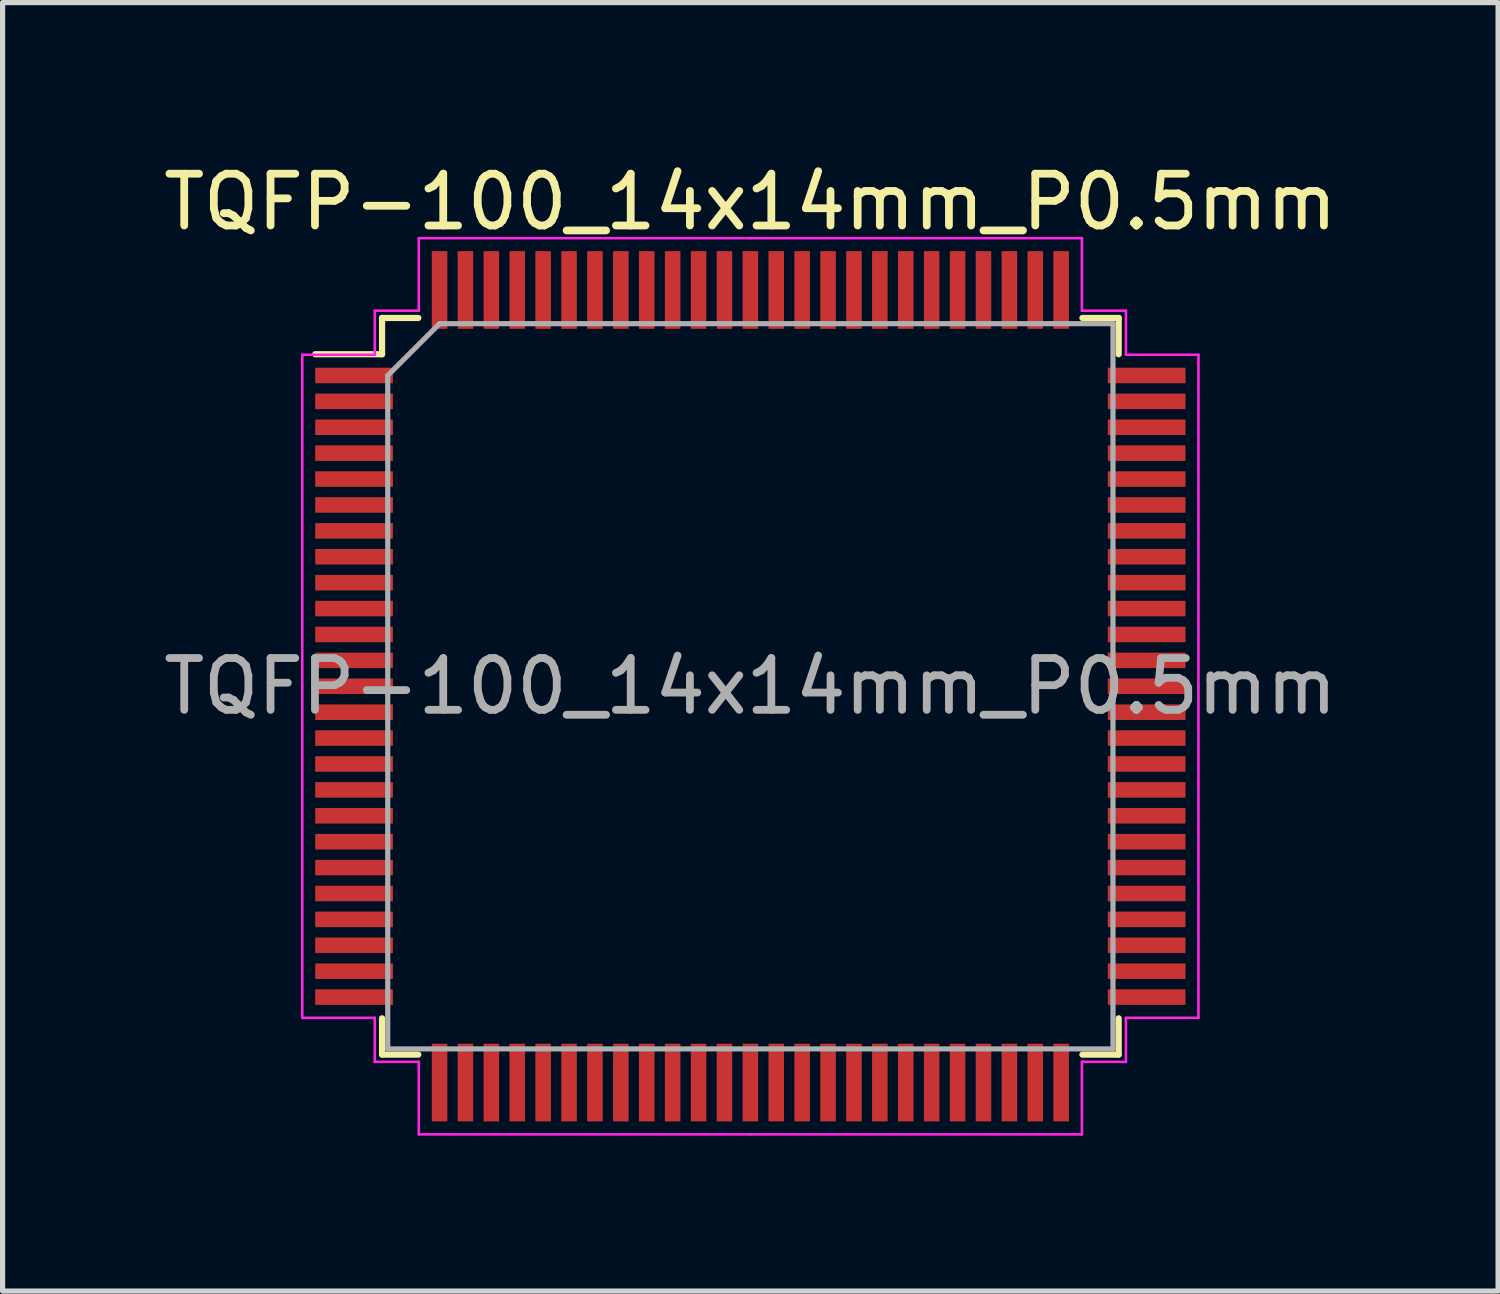
<source format=kicad_pcb>
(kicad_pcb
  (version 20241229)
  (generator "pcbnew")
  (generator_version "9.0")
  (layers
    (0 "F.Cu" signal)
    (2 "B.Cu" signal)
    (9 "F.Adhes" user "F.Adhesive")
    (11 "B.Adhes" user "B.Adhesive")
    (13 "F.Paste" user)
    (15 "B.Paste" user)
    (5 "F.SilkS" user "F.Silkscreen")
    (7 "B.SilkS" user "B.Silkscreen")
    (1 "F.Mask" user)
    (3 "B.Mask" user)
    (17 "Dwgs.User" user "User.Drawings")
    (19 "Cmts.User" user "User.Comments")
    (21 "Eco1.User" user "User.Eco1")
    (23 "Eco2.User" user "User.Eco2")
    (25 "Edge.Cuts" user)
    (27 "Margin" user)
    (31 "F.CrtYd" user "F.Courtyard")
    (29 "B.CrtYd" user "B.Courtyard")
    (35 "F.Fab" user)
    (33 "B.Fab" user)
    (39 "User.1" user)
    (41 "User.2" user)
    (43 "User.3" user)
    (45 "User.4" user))
  (footprint "TQFP-100_14x14mm_P0.5mm"
    (layer "F.Cu")
    (at 11.435 10.198)
    (property "Reference" "TQFP-100_14x14mm_P0.5mm" (at 0 -9.35 0) (layer "F.SilkS") (effects (font (size 1 1) (thickness 0.15))))
    (attr smd)
    (fp_line (start -7.11 -7.11) (end -7.11 -6.41) (stroke (width 0.12) (type solid)) (layer "F.SilkS"))
    (fp_line (start -7.11 -6.41) (end -8.4 -6.41) (stroke (width 0.12) (type solid)) (layer "F.SilkS"))
    (fp_line (start -7.11 7.11) (end -7.11 6.41) (stroke (width 0.12) (type solid)) (layer "F.SilkS"))
    (fp_line (start -6.41 -7.11) (end -7.11 -7.11) (stroke (width 0.12) (type solid)) (layer "F.SilkS"))
    (fp_line (start -6.41 7.11) (end -7.11 7.11) (stroke (width 0.12) (type solid)) (layer "F.SilkS"))
    (fp_line (start 6.41 -7.11) (end 7.11 -7.11) (stroke (width 0.12) (type solid)) (layer "F.SilkS"))
    (fp_line (start 6.41 7.11) (end 7.11 7.11) (stroke (width 0.12) (type solid)) (layer "F.SilkS"))
    (fp_line (start 7.11 -7.11) (end 7.11 -6.41) (stroke (width 0.12) (type solid)) (layer "F.SilkS"))
    (fp_line (start 7.11 7.11) (end 7.11 6.41) (stroke (width 0.12) (type solid)) (layer "F.SilkS"))
    (fp_line (start -8.65 -6.4) (end -8.65 0) (stroke (width 0.05) (type solid)) (layer "F.CrtYd"))
    (fp_line (start -8.65 6.4) (end -8.65 0) (stroke (width 0.05) (type solid)) (layer "F.CrtYd"))
    (fp_line (start -7.25 -7.25) (end -7.25 -6.4) (stroke (width 0.05) (type solid)) (layer "F.CrtYd"))
    (fp_line (start -7.25 -6.4) (end -8.65 -6.4) (stroke (width 0.05) (type solid)) (layer "F.CrtYd"))
    (fp_line (start -7.25 6.4) (end -8.65 6.4) (stroke (width 0.05) (type solid)) (layer "F.CrtYd"))
    (fp_line (start -7.25 7.25) (end -7.25 6.4) (stroke (width 0.05) (type solid)) (layer "F.CrtYd"))
    (fp_line (start -6.4 -8.65) (end -6.4 -7.25) (stroke (width 0.05) (type solid)) (layer "F.CrtYd"))
    (fp_line (start -6.4 -7.25) (end -7.25 -7.25) (stroke (width 0.05) (type solid)) (layer "F.CrtYd"))
    (fp_line (start -6.4 7.25) (end -7.25 7.25) (stroke (width 0.05) (type solid)) (layer "F.CrtYd"))
    (fp_line (start -6.4 8.65) (end -6.4 7.25) (stroke (width 0.05) (type solid)) (layer "F.CrtYd"))
    (fp_line (start 0 -8.65) (end -6.4 -8.65) (stroke (width 0.05) (type solid)) (layer "F.CrtYd"))
    (fp_line (start 0 -8.65) (end 6.4 -8.65) (stroke (width 0.05) (type solid)) (layer "F.CrtYd"))
    (fp_line (start 0 8.65) (end -6.4 8.65) (stroke (width 0.05) (type solid)) (layer "F.CrtYd"))
    (fp_line (start 0 8.65) (end 6.4 8.65) (stroke (width 0.05) (type solid)) (layer "F.CrtYd"))
    (fp_line (start 6.4 -8.65) (end 6.4 -7.25) (stroke (width 0.05) (type solid)) (layer "F.CrtYd"))
    (fp_line (start 6.4 -7.25) (end 7.25 -7.25) (stroke (width 0.05) (type solid)) (layer "F.CrtYd"))
    (fp_line (start 6.4 7.25) (end 7.25 7.25) (stroke (width 0.05) (type solid)) (layer "F.CrtYd"))
    (fp_line (start 6.4 8.65) (end 6.4 7.25) (stroke (width 0.05) (type solid)) (layer "F.CrtYd"))
    (fp_line (start 7.25 -7.25) (end 7.25 -6.4) (stroke (width 0.05) (type solid)) (layer "F.CrtYd"))
    (fp_line (start 7.25 -6.4) (end 8.65 -6.4) (stroke (width 0.05) (type solid)) (layer "F.CrtYd"))
    (fp_line (start 7.25 6.4) (end 8.65 6.4) (stroke (width 0.05) (type solid)) (layer "F.CrtYd"))
    (fp_line (start 7.25 7.25) (end 7.25 6.4) (stroke (width 0.05) (type solid)) (layer "F.CrtYd"))
    (fp_line (start 8.65 -6.4) (end 8.65 0) (stroke (width 0.05) (type solid)) (layer "F.CrtYd"))
    (fp_line (start 8.65 6.4) (end 8.65 0) (stroke (width 0.05) (type solid)) (layer "F.CrtYd"))
    (fp_line (start -7 -6) (end -6 -7) (stroke (width 0.1) (type solid)) (layer "F.Fab"))
    (fp_line (start -7 7) (end -7 -6) (stroke (width 0.1) (type solid)) (layer "F.Fab"))
    (fp_line (start -6 -7) (end 7 -7) (stroke (width 0.1) (type solid)) (layer "F.Fab"))
    (fp_line (start 7 -7) (end 7 7) (stroke (width 0.1) (type solid)) (layer "F.Fab"))
    (fp_line (start 7 7) (end -7 7) (stroke (width 0.1) (type solid)) (layer "F.Fab"))
    (fp_text user "${REFERENCE}" (at 0 0 0) (layer "F.Fab") (effects (font (size 1 1) (thickness 0.15))))
    (pad "1" smd rect (at -7.65 -6) (size 1.5 0.3) (layers "F.Cu" "F.Mask" "F.Paste"))
    (pad "2" smd rect (at -7.65 -5.5) (size 1.5 0.3) (layers "F.Cu" "F.Mask" "F.Paste"))
    (pad "3" smd rect (at -7.65 -5) (size 1.5 0.3) (layers "F.Cu" "F.Mask" "F.Paste"))
    (pad "4" smd rect (at -7.65 -4.5) (size 1.5 0.3) (layers "F.Cu" "F.Mask" "F.Paste"))
    (pad "5" smd rect (at -7.65 -4) (size 1.5 0.3) (layers "F.Cu" "F.Mask" "F.Paste"))
    (pad "6" smd rect (at -7.65 -3.5) (size 1.5 0.3) (layers "F.Cu" "F.Mask" "F.Paste"))
    (pad "7" smd rect (at -7.65 -3) (size 1.5 0.3) (layers "F.Cu" "F.Mask" "F.Paste"))
    (pad "8" smd rect (at -7.65 -2.5) (size 1.5 0.3) (layers "F.Cu" "F.Mask" "F.Paste"))
    (pad "9" smd rect (at -7.65 -2) (size 1.5 0.3) (layers "F.Cu" "F.Mask" "F.Paste"))
    (pad "10" smd rect (at -7.65 -1.5) (size 1.5 0.3) (layers "F.Cu" "F.Mask" "F.Paste"))
    (pad "11" smd rect (at -7.65 -1) (size 1.5 0.3) (layers "F.Cu" "F.Mask" "F.Paste"))
    (pad "12" smd rect (at -7.65 -0.5) (size 1.5 0.3) (layers "F.Cu" "F.Mask" "F.Paste"))
    (pad "13" smd rect (at -7.65 0) (size 1.5 0.3) (layers "F.Cu" "F.Mask" "F.Paste"))
    (pad "14" smd rect (at -7.65 0.5) (size 1.5 0.3) (layers "F.Cu" "F.Mask" "F.Paste"))
    (pad "15" smd rect (at -7.65 1) (size 1.5 0.3) (layers "F.Cu" "F.Mask" "F.Paste"))
    (pad "16" smd rect (at -7.65 1.5) (size 1.5 0.3) (layers "F.Cu" "F.Mask" "F.Paste"))
    (pad "17" smd rect (at -7.65 2) (size 1.5 0.3) (layers "F.Cu" "F.Mask" "F.Paste"))
    (pad "18" smd rect (at -7.65 2.5) (size 1.5 0.3) (layers "F.Cu" "F.Mask" "F.Paste"))
    (pad "19" smd rect (at -7.65 3) (size 1.5 0.3) (layers "F.Cu" "F.Mask" "F.Paste"))
    (pad "20" smd rect (at -7.65 3.5) (size 1.5 0.3) (layers "F.Cu" "F.Mask" "F.Paste"))
    (pad "21" smd rect (at -7.65 4) (size 1.5 0.3) (layers "F.Cu" "F.Mask" "F.Paste"))
    (pad "22" smd rect (at -7.65 4.5) (size 1.5 0.3) (layers "F.Cu" "F.Mask" "F.Paste"))
    (pad "23" smd rect (at -7.65 5) (size 1.5 0.3) (layers "F.Cu" "F.Mask" "F.Paste"))
    (pad "24" smd rect (at -7.65 5.5) (size 1.5 0.3) (layers "F.Cu" "F.Mask" "F.Paste"))
    (pad "25" smd rect (at -7.65 6) (size 1.5 0.3) (layers "F.Cu" "F.Mask" "F.Paste"))
    (pad "26" smd rect (at -6 7.65) (size 0.3 1.5) (layers "F.Cu" "F.Mask" "F.Paste"))
    (pad "27" smd rect (at -5.5 7.65) (size 0.3 1.5) (layers "F.Cu" "F.Mask" "F.Paste"))
    (pad "28" smd rect (at -5 7.65) (size 0.3 1.5) (layers "F.Cu" "F.Mask" "F.Paste"))
    (pad "29" smd rect (at -4.5 7.65) (size 0.3 1.5) (layers "F.Cu" "F.Mask" "F.Paste"))
    (pad "30" smd rect (at -4 7.65) (size 0.3 1.5) (layers "F.Cu" "F.Mask" "F.Paste"))
    (pad "31" smd rect (at -3.5 7.65) (size 0.3 1.5) (layers "F.Cu" "F.Mask" "F.Paste"))
    (pad "32" smd rect (at -3 7.65) (size 0.3 1.5) (layers "F.Cu" "F.Mask" "F.Paste"))
    (pad "33" smd rect (at -2.5 7.65) (size 0.3 1.5) (layers "F.Cu" "F.Mask" "F.Paste"))
    (pad "34" smd rect (at -2 7.65) (size 0.3 1.5) (layers "F.Cu" "F.Mask" "F.Paste"))
    (pad "35" smd rect (at -1.5 7.65) (size 0.3 1.5) (layers "F.Cu" "F.Mask" "F.Paste"))
    (pad "36" smd rect (at -1 7.65) (size 0.3 1.5) (layers "F.Cu" "F.Mask" "F.Paste"))
    (pad "37" smd rect (at -0.5 7.65) (size 0.3 1.5) (layers "F.Cu" "F.Mask" "F.Paste"))
    (pad "38" smd rect (at 0 7.65) (size 0.3 1.5) (layers "F.Cu" "F.Mask" "F.Paste"))
    (pad "39" smd rect (at 0.5 7.65) (size 0.3 1.5) (layers "F.Cu" "F.Mask" "F.Paste"))
    (pad "40" smd rect (at 1 7.65) (size 0.3 1.5) (layers "F.Cu" "F.Mask" "F.Paste"))
    (pad "41" smd rect (at 1.5 7.65) (size 0.3 1.5) (layers "F.Cu" "F.Mask" "F.Paste"))
    (pad "42" smd rect (at 2 7.65) (size 0.3 1.5) (layers "F.Cu" "F.Mask" "F.Paste"))
    (pad "43" smd rect (at 2.5 7.65) (size 0.3 1.5) (layers "F.Cu" "F.Mask" "F.Paste"))
    (pad "44" smd rect (at 3 7.65) (size 0.3 1.5) (layers "F.Cu" "F.Mask" "F.Paste"))
    (pad "45" smd rect (at 3.5 7.65) (size 0.3 1.5) (layers "F.Cu" "F.Mask" "F.Paste"))
    (pad "46" smd rect (at 4 7.65) (size 0.3 1.5) (layers "F.Cu" "F.Mask" "F.Paste"))
    (pad "47" smd rect (at 4.5 7.65) (size 0.3 1.5) (layers "F.Cu" "F.Mask" "F.Paste"))
    (pad "48" smd rect (at 5 7.65) (size 0.3 1.5) (layers "F.Cu" "F.Mask" "F.Paste"))
    (pad "49" smd rect (at 5.5 7.65) (size 0.3 1.5) (layers "F.Cu" "F.Mask" "F.Paste"))
    (pad "50" smd rect (at 6 7.65) (size 0.3 1.5) (layers "F.Cu" "F.Mask" "F.Paste"))
    (pad "51" smd rect (at 7.65 6) (size 1.5 0.3) (layers "F.Cu" "F.Mask" "F.Paste"))
    (pad "52" smd rect (at 7.65 5.5) (size 1.5 0.3) (layers "F.Cu" "F.Mask" "F.Paste"))
    (pad "53" smd rect (at 7.65 5) (size 1.5 0.3) (layers "F.Cu" "F.Mask" "F.Paste"))
    (pad "54" smd rect (at 7.65 4.5) (size 1.5 0.3) (layers "F.Cu" "F.Mask" "F.Paste"))
    (pad "55" smd rect (at 7.65 4) (size 1.5 0.3) (layers "F.Cu" "F.Mask" "F.Paste"))
    (pad "56" smd rect (at 7.65 3.5) (size 1.5 0.3) (layers "F.Cu" "F.Mask" "F.Paste"))
    (pad "57" smd rect (at 7.65 3) (size 1.5 0.3) (layers "F.Cu" "F.Mask" "F.Paste"))
    (pad "58" smd rect (at 7.65 2.5) (size 1.5 0.3) (layers "F.Cu" "F.Mask" "F.Paste"))
    (pad "59" smd rect (at 7.65 2) (size 1.5 0.3) (layers "F.Cu" "F.Mask" "F.Paste"))
    (pad "60" smd rect (at 7.65 1.5) (size 1.5 0.3) (layers "F.Cu" "F.Mask" "F.Paste"))
    (pad "61" smd rect (at 7.65 1) (size 1.5 0.3) (layers "F.Cu" "F.Mask" "F.Paste"))
    (pad "62" smd rect (at 7.65 0.5) (size 1.5 0.3) (layers "F.Cu" "F.Mask" "F.Paste"))
    (pad "63" smd rect (at 7.65 0) (size 1.5 0.3) (layers "F.Cu" "F.Mask" "F.Paste"))
    (pad "64" smd rect (at 7.65 -0.5) (size 1.5 0.3) (layers "F.Cu" "F.Mask" "F.Paste"))
    (pad "65" smd rect (at 7.65 -1) (size 1.5 0.3) (layers "F.Cu" "F.Mask" "F.Paste"))
    (pad "66" smd rect (at 7.65 -1.5) (size 1.5 0.3) (layers "F.Cu" "F.Mask" "F.Paste"))
    (pad "67" smd rect (at 7.65 -2) (size 1.5 0.3) (layers "F.Cu" "F.Mask" "F.Paste"))
    (pad "68" smd rect (at 7.65 -2.5) (size 1.5 0.3) (layers "F.Cu" "F.Mask" "F.Paste"))
    (pad "69" smd rect (at 7.65 -3) (size 1.5 0.3) (layers "F.Cu" "F.Mask" "F.Paste"))
    (pad "70" smd rect (at 7.65 -3.5) (size 1.5 0.3) (layers "F.Cu" "F.Mask" "F.Paste"))
    (pad "71" smd rect (at 7.65 -4) (size 1.5 0.3) (layers "F.Cu" "F.Mask" "F.Paste"))
    (pad "72" smd rect (at 7.65 -4.5) (size 1.5 0.3) (layers "F.Cu" "F.Mask" "F.Paste"))
    (pad "73" smd rect (at 7.65 -5) (size 1.5 0.3) (layers "F.Cu" "F.Mask" "F.Paste"))
    (pad "74" smd rect (at 7.65 -5.5) (size 1.5 0.3) (layers "F.Cu" "F.Mask" "F.Paste"))
    (pad "75" smd rect (at 7.65 -6) (size 1.5 0.3) (layers "F.Cu" "F.Mask" "F.Paste"))
    (pad "76" smd rect (at 6 -7.65) (size 0.3 1.5) (layers "F.Cu" "F.Mask" "F.Paste"))
    (pad "77" smd rect (at 5.5 -7.65) (size 0.3 1.5) (layers "F.Cu" "F.Mask" "F.Paste"))
    (pad "78" smd rect (at 5 -7.65) (size 0.3 1.5) (layers "F.Cu" "F.Mask" "F.Paste"))
    (pad "79" smd rect (at 4.5 -7.65) (size 0.3 1.5) (layers "F.Cu" "F.Mask" "F.Paste"))
    (pad "80" smd rect (at 4 -7.65) (size 0.3 1.5) (layers "F.Cu" "F.Mask" "F.Paste"))
    (pad "81" smd rect (at 3.5 -7.65) (size 0.3 1.5) (layers "F.Cu" "F.Mask" "F.Paste"))
    (pad "82" smd rect (at 3 -7.65) (size 0.3 1.5) (layers "F.Cu" "F.Mask" "F.Paste"))
    (pad "83" smd rect (at 2.5 -7.65) (size 0.3 1.5) (layers "F.Cu" "F.Mask" "F.Paste"))
    (pad "84" smd rect (at 2 -7.65) (size 0.3 1.5) (layers "F.Cu" "F.Mask" "F.Paste"))
    (pad "85" smd rect (at 1.5 -7.65) (size 0.3 1.5) (layers "F.Cu" "F.Mask" "F.Paste"))
    (pad "86" smd rect (at 1 -7.65) (size 0.3 1.5) (layers "F.Cu" "F.Mask" "F.Paste"))
    (pad "87" smd rect (at 0.5 -7.65) (size 0.3 1.5) (layers "F.Cu" "F.Mask" "F.Paste"))
    (pad "88" smd rect (at 0 -7.65) (size 0.3 1.5) (layers "F.Cu" "F.Mask" "F.Paste"))
    (pad "89" smd rect (at -0.5 -7.65) (size 0.3 1.5) (layers "F.Cu" "F.Mask" "F.Paste"))
    (pad "90" smd rect (at -1 -7.65) (size 0.3 1.5) (layers "F.Cu" "F.Mask" "F.Paste"))
    (pad "91" smd rect (at -1.5 -7.65) (size 0.3 1.5) (layers "F.Cu" "F.Mask" "F.Paste"))
    (pad "92" smd rect (at -2 -7.65) (size 0.3 1.5) (layers "F.Cu" "F.Mask" "F.Paste"))
    (pad "93" smd rect (at -2.5 -7.65) (size 0.3 1.5) (layers "F.Cu" "F.Mask" "F.Paste"))
    (pad "94" smd rect (at -3 -7.65) (size 0.3 1.5) (layers "F.Cu" "F.Mask" "F.Paste"))
    (pad "95" smd rect (at -3.5 -7.65) (size 0.3 1.5) (layers "F.Cu" "F.Mask" "F.Paste"))
    (pad "96" smd rect (at -4 -7.65) (size 0.3 1.5) (layers "F.Cu" "F.Mask" "F.Paste"))
    (pad "97" smd rect (at -4.5 -7.65) (size 0.3 1.5) (layers "F.Cu" "F.Mask" "F.Paste"))
    (pad "98" smd rect (at -5 -7.65) (size 0.3 1.5) (layers "F.Cu" "F.Mask" "F.Paste"))
    (pad "99" smd rect (at -5.5 -7.65) (size 0.3 1.5) (layers "F.Cu" "F.Mask" "F.Paste"))
    (pad "100" smd rect (at -6 -7.65) (size 0.3 1.5) (layers "F.Cu" "F.Mask" "F.Paste")))
  (gr_rect
    (start -3 -3)
    (end 25.869 21.873)
    (stroke (width 0.1) (type default))
    (fill no)
    (layer "Edge.Cuts")))
</source>
